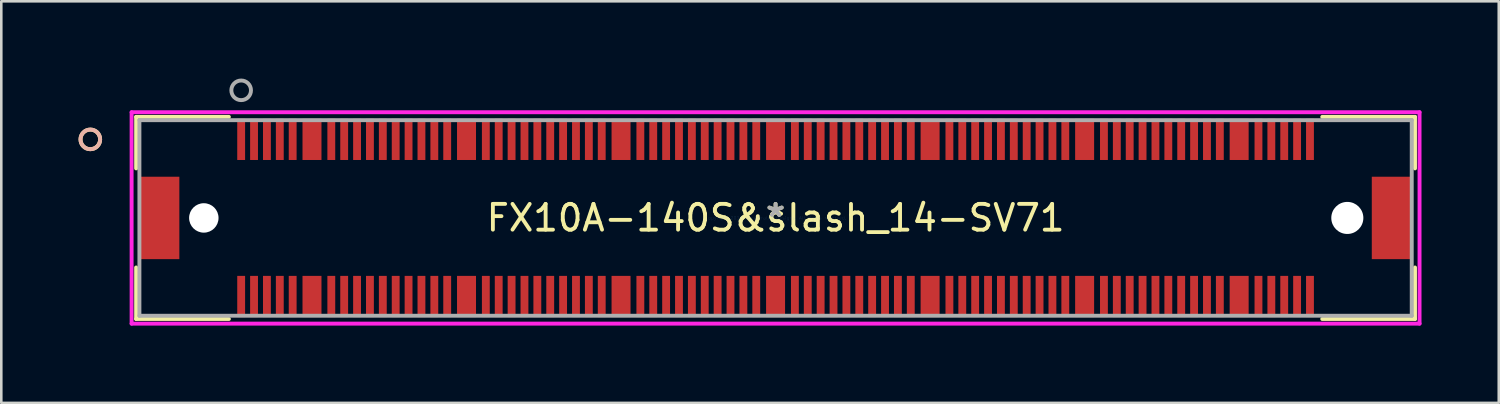
<source format=kicad_pcb>
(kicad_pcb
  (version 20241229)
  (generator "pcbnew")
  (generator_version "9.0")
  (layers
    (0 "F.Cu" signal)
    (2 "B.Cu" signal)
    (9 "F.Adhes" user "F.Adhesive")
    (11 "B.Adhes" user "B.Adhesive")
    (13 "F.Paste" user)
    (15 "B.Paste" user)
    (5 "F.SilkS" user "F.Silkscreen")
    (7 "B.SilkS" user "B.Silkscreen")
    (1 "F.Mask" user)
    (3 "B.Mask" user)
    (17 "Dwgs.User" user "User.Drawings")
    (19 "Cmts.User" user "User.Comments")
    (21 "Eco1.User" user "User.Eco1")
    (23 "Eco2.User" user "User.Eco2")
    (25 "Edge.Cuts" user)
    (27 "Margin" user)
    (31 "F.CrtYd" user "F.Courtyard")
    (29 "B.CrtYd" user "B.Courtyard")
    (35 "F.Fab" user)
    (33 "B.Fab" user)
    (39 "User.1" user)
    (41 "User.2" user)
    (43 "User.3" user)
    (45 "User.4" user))
  (footprint "FX10A-140S&slash_14-SV71"
    (layer "F.Cu")
    (at 27.064 5.412)
    (property "Reference" "FX10A-140S&slash_14-SV71" (at 0 0 0) (layer "F.SilkS") (effects (font (size 1 1) (thickness 0.15))))
    (attr through_hole)
    (fp_line (start -24.828 -3.924) (end -24.828 -1.924) (stroke (width 0.152) (type solid)) (layer "F.SilkS"))
    (fp_line (start -24.828 1.924) (end -24.828 3.924) (stroke (width 0.152) (type solid)) (layer "F.SilkS"))
    (fp_line (start -24.828 3.924) (end -21.227 3.924) (stroke (width 0.152) (type solid)) (layer "F.SilkS"))
    (fp_line (start -21.227 -3.924) (end -24.828 -3.924) (stroke (width 0.152) (type solid)) (layer "F.SilkS"))
    (fp_line (start 21.227 3.924) (end 24.828 3.924) (stroke (width 0.152) (type solid)) (layer "F.SilkS"))
    (fp_line (start 24.828 -3.924) (end 21.227 -3.924) (stroke (width 0.152) (type solid)) (layer "F.SilkS"))
    (fp_line (start 24.828 -1.924) (end 24.828 -3.924) (stroke (width 0.152) (type solid)) (layer "F.SilkS"))
    (fp_line (start 24.828 3.924) (end 24.828 1.924) (stroke (width 0.152) (type solid)) (layer "F.SilkS"))
    (fp_circle (center -26.607 -3.05) (end -26.226 -3.05) (stroke (width 0.152) (type solid)) (fill no) (layer "F.SilkS"))
    (fp_circle (center -26.607 -3.05) (end -26.226 -3.05) (stroke (width 0.152) (type solid)) (fill no) (layer "B.SilkS"))
    (fp_line (start -25.004 -4.104) (end -25.004 4.104) (stroke (width 0.152) (type solid)) (layer "F.CrtYd"))
    (fp_line (start -25.004 4.104) (end 25.004 4.104) (stroke (width 0.152) (type solid)) (layer "F.CrtYd"))
    (fp_line (start 25.004 -4.104) (end -25.004 -4.104) (stroke (width 0.152) (type solid)) (layer "F.CrtYd"))
    (fp_line (start 25.004 4.104) (end 25.004 -4.104) (stroke (width 0.152) (type solid)) (layer "F.CrtYd"))
    (fp_line (start -24.701 -3.797) (end -24.701 3.797) (stroke (width 0.152) (type solid)) (layer "F.Fab"))
    (fp_line (start -24.701 3.797) (end 24.701 3.797) (stroke (width 0.152) (type solid)) (layer "F.Fab"))
    (fp_line (start 24.701 -3.797) (end -24.701 -3.797) (stroke (width 0.152) (type solid)) (layer "F.Fab"))
    (fp_line (start 24.701 3.797) (end 24.701 -3.797) (stroke (width 0.152) (type solid)) (layer "F.Fab"))
    (fp_circle (center -20.75 -4.955) (end -20.369 -4.955) (stroke (width 0.152) (type solid)) (fill no) (layer "F.Fab"))
    (fp_text user "*" (at 0 0 0) (layer "F.SilkS") (effects (font (size 1 1) (thickness 0.15))))
    (fp_text user "Copyright 2016 Accelerated Designs. All rights reserved." (at 0 0 0) (layer "Cmts.User") (effects (font (size 0.127 0.127) (thickness 0.002))))
    (fp_text user "*" (at 0 0 0) (layer "F.Fab") (effects (font (size 1 1) (thickness 0.15))))
    (pad "" np_thru_hole circle (at -22.2 0) (size 1.143 1.143) (drill 1.143) (layers "*.Cu" "*.Mask"))
    (pad "" np_thru_hole circle (at 22.2 0) (size 1.245 1.245) (drill 1.245) (layers "*.Cu" "*.Mask"))
    (pad "1" smd rect (at -20.75 -3.05) (size 0.305 1.6) (layers "F.Cu" "F.Mask" "F.Paste"))
    (pad "2" smd rect (at -20.25 -3.05) (size 0.305 1.6) (layers "F.Cu" "F.Mask" "F.Paste"))
    (pad "3" smd rect (at -19.75 -3.05) (size 0.305 1.6) (layers "F.Cu" "F.Mask" "F.Paste"))
    (pad "4" smd rect (at -19.25 -3.05) (size 0.305 1.6) (layers "F.Cu" "F.Mask" "F.Paste"))
    (pad "5" smd rect (at -18.75 -3.05) (size 0.305 1.6) (layers "F.Cu" "F.Mask" "F.Paste"))
    (pad "6" smd rect (at -17.25 -3.05) (size 0.305 1.6) (layers "F.Cu" "F.Mask" "F.Paste"))
    (pad "7" smd rect (at -16.75 -3.05) (size 0.305 1.6) (layers "F.Cu" "F.Mask" "F.Paste"))
    (pad "8" smd rect (at -16.25 -3.05) (size 0.305 1.6) (layers "F.Cu" "F.Mask" "F.Paste"))
    (pad "9" smd rect (at -15.75 -3.05) (size 0.305 1.6) (layers "F.Cu" "F.Mask" "F.Paste"))
    (pad "10" smd rect (at -15.25 -3.05) (size 0.305 1.6) (layers "F.Cu" "F.Mask" "F.Paste"))
    (pad "11" smd rect (at -14.75 -3.05) (size 0.305 1.6) (layers "F.Cu" "F.Mask" "F.Paste"))
    (pad "12" smd rect (at -14.25 -3.05) (size 0.305 1.6) (layers "F.Cu" "F.Mask" "F.Paste"))
    (pad "13" smd rect (at -13.75 -3.05) (size 0.305 1.6) (layers "F.Cu" "F.Mask" "F.Paste"))
    (pad "14" smd rect (at -13.25 -3.05) (size 0.305 1.6) (layers "F.Cu" "F.Mask" "F.Paste"))
    (pad "15" smd rect (at -12.75 -3.05) (size 0.305 1.6) (layers "F.Cu" "F.Mask" "F.Paste"))
    (pad "16" smd rect (at -11.25 -3.05) (size 0.305 1.6) (layers "F.Cu" "F.Mask" "F.Paste"))
    (pad "17" smd rect (at -10.75 -3.05) (size 0.305 1.6) (layers "F.Cu" "F.Mask" "F.Paste"))
    (pad "18" smd rect (at -10.25 -3.05) (size 0.305 1.6) (layers "F.Cu" "F.Mask" "F.Paste"))
    (pad "19" smd rect (at -9.75 -3.05) (size 0.305 1.6) (layers "F.Cu" "F.Mask" "F.Paste"))
    (pad "20" smd rect (at -9.25 -3.05) (size 0.305 1.6) (layers "F.Cu" "F.Mask" "F.Paste"))
    (pad "21" smd rect (at -8.75 -3.05) (size 0.305 1.6) (layers "F.Cu" "F.Mask" "F.Paste"))
    (pad "22" smd rect (at -8.25 -3.05) (size 0.305 1.6) (layers "F.Cu" "F.Mask" "F.Paste"))
    (pad "23" smd rect (at -7.75 -3.05) (size 0.305 1.6) (layers "F.Cu" "F.Mask" "F.Paste"))
    (pad "24" smd rect (at -7.25 -3.05) (size 0.305 1.6) (layers "F.Cu" "F.Mask" "F.Paste"))
    (pad "25" smd rect (at -6.75 -3.05) (size 0.305 1.6) (layers "F.Cu" "F.Mask" "F.Paste"))
    (pad "26" smd rect (at -5.25 -3.05) (size 0.305 1.6) (layers "F.Cu" "F.Mask" "F.Paste"))
    (pad "27" smd rect (at -4.75 -3.05) (size 0.305 1.6) (layers "F.Cu" "F.Mask" "F.Paste"))
    (pad "28" smd rect (at -4.25 -3.05) (size 0.305 1.6) (layers "F.Cu" "F.Mask" "F.Paste"))
    (pad "29" smd rect (at -3.75 -3.05) (size 0.305 1.6) (layers "F.Cu" "F.Mask" "F.Paste"))
    (pad "30" smd rect (at -3.25 -3.05) (size 0.305 1.6) (layers "F.Cu" "F.Mask" "F.Paste"))
    (pad "31" smd rect (at -2.75 -3.05) (size 0.305 1.6) (layers "F.Cu" "F.Mask" "F.Paste"))
    (pad "32" smd rect (at -2.25 -3.05) (size 0.305 1.6) (layers "F.Cu" "F.Mask" "F.Paste"))
    (pad "33" smd rect (at -1.75 -3.05) (size 0.305 1.6) (layers "F.Cu" "F.Mask" "F.Paste"))
    (pad "34" smd rect (at -1.25 -3.05) (size 0.305 1.6) (layers "F.Cu" "F.Mask" "F.Paste"))
    (pad "35" smd rect (at -0.75 -3.05) (size 0.305 1.6) (layers "F.Cu" "F.Mask" "F.Paste"))
    (pad "36" smd rect (at 0.75 -3.05) (size 0.305 1.6) (layers "F.Cu" "F.Mask" "F.Paste"))
    (pad "37" smd rect (at 1.25 -3.05) (size 0.305 1.6) (layers "F.Cu" "F.Mask" "F.Paste"))
    (pad "38" smd rect (at 1.75 -3.05) (size 0.305 1.6) (layers "F.Cu" "F.Mask" "F.Paste"))
    (pad "39" smd rect (at 2.25 -3.05) (size 0.305 1.6) (layers "F.Cu" "F.Mask" "F.Paste"))
    (pad "40" smd rect (at 2.75 -3.05) (size 0.305 1.6) (layers "F.Cu" "F.Mask" "F.Paste"))
    (pad "41" smd rect (at 3.25 -3.05) (size 0.305 1.6) (layers "F.Cu" "F.Mask" "F.Paste"))
    (pad "42" smd rect (at 3.75 -3.05) (size 0.305 1.6) (layers "F.Cu" "F.Mask" "F.Paste"))
    (pad "43" smd rect (at 4.25 -3.05) (size 0.305 1.6) (layers "F.Cu" "F.Mask" "F.Paste"))
    (pad "44" smd rect (at 4.75 -3.05) (size 0.305 1.6) (layers "F.Cu" "F.Mask" "F.Paste"))
    (pad "45" smd rect (at 5.25 -3.05) (size 0.305 1.6) (layers "F.Cu" "F.Mask" "F.Paste"))
    (pad "46" smd rect (at 6.75 -3.05) (size 0.305 1.6) (layers "F.Cu" "F.Mask" "F.Paste"))
    (pad "47" smd rect (at 7.25 -3.05) (size 0.305 1.6) (layers "F.Cu" "F.Mask" "F.Paste"))
    (pad "48" smd rect (at 7.75 -3.05) (size 0.305 1.6) (layers "F.Cu" "F.Mask" "F.Paste"))
    (pad "49" smd rect (at 8.25 -3.05) (size 0.305 1.6) (layers "F.Cu" "F.Mask" "F.Paste"))
    (pad "50" smd rect (at 8.75 -3.05) (size 0.305 1.6) (layers "F.Cu" "F.Mask" "F.Paste"))
    (pad "51" smd rect (at 9.25 -3.05) (size 0.305 1.6) (layers "F.Cu" "F.Mask" "F.Paste"))
    (pad "52" smd rect (at 9.75 -3.05) (size 0.305 1.6) (layers "F.Cu" "F.Mask" "F.Paste"))
    (pad "53" smd rect (at 10.25 -3.05) (size 0.305 1.6) (layers "F.Cu" "F.Mask" "F.Paste"))
    (pad "54" smd rect (at 10.75 -3.05) (size 0.305 1.6) (layers "F.Cu" "F.Mask" "F.Paste"))
    (pad "55" smd rect (at 11.25 -3.05) (size 0.305 1.6) (layers "F.Cu" "F.Mask" "F.Paste"))
    (pad "56" smd rect (at 12.75 -3.05) (size 0.305 1.6) (layers "F.Cu" "F.Mask" "F.Paste"))
    (pad "57" smd rect (at 13.25 -3.05) (size 0.305 1.6) (layers "F.Cu" "F.Mask" "F.Paste"))
    (pad "58" smd rect (at 13.75 -3.05) (size 0.305 1.6) (layers "F.Cu" "F.Mask" "F.Paste"))
    (pad "59" smd rect (at 14.25 -3.05) (size 0.305 1.6) (layers "F.Cu" "F.Mask" "F.Paste"))
    (pad "60" smd rect (at 14.75 -3.05) (size 0.305 1.6) (layers "F.Cu" "F.Mask" "F.Paste"))
    (pad "61" smd rect (at 15.25 -3.05) (size 0.305 1.6) (layers "F.Cu" "F.Mask" "F.Paste"))
    (pad "62" smd rect (at 15.75 -3.05) (size 0.305 1.6) (layers "F.Cu" "F.Mask" "F.Paste"))
    (pad "63" smd rect (at 16.25 -3.05) (size 0.305 1.6) (layers "F.Cu" "F.Mask" "F.Paste"))
    (pad "64" smd rect (at 16.75 -3.05) (size 0.305 1.6) (layers "F.Cu" "F.Mask" "F.Paste"))
    (pad "65" smd rect (at 17.25 -3.05) (size 0.305 1.6) (layers "F.Cu" "F.Mask" "F.Paste"))
    (pad "66" smd rect (at 18.75 -3.05) (size 0.305 1.6) (layers "F.Cu" "F.Mask" "F.Paste"))
    (pad "67" smd rect (at 19.25 -3.05) (size 0.305 1.6) (layers "F.Cu" "F.Mask" "F.Paste"))
    (pad "68" smd rect (at 19.75 -3.05) (size 0.305 1.6) (layers "F.Cu" "F.Mask" "F.Paste"))
    (pad "69" smd rect (at 20.25 -3.05) (size 0.305 1.6) (layers "F.Cu" "F.Mask" "F.Paste"))
    (pad "70" smd rect (at 20.75 -3.05) (size 0.305 1.6) (layers "F.Cu" "F.Mask" "F.Paste"))
    (pad "71" smd rect (at -20.75 3.05) (size 0.305 1.6) (layers "F.Cu" "F.Mask" "F.Paste"))
    (pad "72" smd rect (at -20.25 3.05) (size 0.305 1.6) (layers "F.Cu" "F.Mask" "F.Paste"))
    (pad "73" smd rect (at -19.75 3.05) (size 0.305 1.6) (layers "F.Cu" "F.Mask" "F.Paste"))
    (pad "74" smd rect (at -19.25 3.05) (size 0.305 1.6) (layers "F.Cu" "F.Mask" "F.Paste"))
    (pad "75" smd rect (at -18.75 3.05) (size 0.305 1.6) (layers "F.Cu" "F.Mask" "F.Paste"))
    (pad "76" smd rect (at -17.25 3.05) (size 0.305 1.6) (layers "F.Cu" "F.Mask" "F.Paste"))
    (pad "77" smd rect (at -16.75 3.05) (size 0.305 1.6) (layers "F.Cu" "F.Mask" "F.Paste"))
    (pad "78" smd rect (at -16.25 3.05) (size 0.305 1.6) (layers "F.Cu" "F.Mask" "F.Paste"))
    (pad "79" smd rect (at -15.75 3.05) (size 0.305 1.6) (layers "F.Cu" "F.Mask" "F.Paste"))
    (pad "80" smd rect (at -15.25 3.05) (size 0.305 1.6) (layers "F.Cu" "F.Mask" "F.Paste"))
    (pad "81" smd rect (at -14.75 3.05) (size 0.305 1.6) (layers "F.Cu" "F.Mask" "F.Paste"))
    (pad "82" smd rect (at -14.25 3.05) (size 0.305 1.6) (layers "F.Cu" "F.Mask" "F.Paste"))
    (pad "83" smd rect (at -13.75 3.05) (size 0.305 1.6) (layers "F.Cu" "F.Mask" "F.Paste"))
    (pad "84" smd rect (at -13.25 3.05) (size 0.305 1.6) (layers "F.Cu" "F.Mask" "F.Paste"))
    (pad "85" smd rect (at -12.75 3.05) (size 0.305 1.6) (layers "F.Cu" "F.Mask" "F.Paste"))
    (pad "86" smd rect (at -11.25 3.05) (size 0.305 1.6) (layers "F.Cu" "F.Mask" "F.Paste"))
    (pad "87" smd rect (at -10.75 3.05) (size 0.305 1.6) (layers "F.Cu" "F.Mask" "F.Paste"))
    (pad "88" smd rect (at -10.25 3.05) (size 0.305 1.6) (layers "F.Cu" "F.Mask" "F.Paste"))
    (pad "89" smd rect (at -9.75 3.05) (size 0.305 1.6) (layers "F.Cu" "F.Mask" "F.Paste"))
    (pad "90" smd rect (at -9.25 3.05) (size 0.305 1.6) (layers "F.Cu" "F.Mask" "F.Paste"))
    (pad "91" smd rect (at -8.75 3.05) (size 0.305 1.6) (layers "F.Cu" "F.Mask" "F.Paste"))
    (pad "92" smd rect (at -8.25 3.05) (size 0.305 1.6) (layers "F.Cu" "F.Mask" "F.Paste"))
    (pad "93" smd rect (at -7.75 3.05) (size 0.305 1.6) (layers "F.Cu" "F.Mask" "F.Paste"))
    (pad "94" smd rect (at -7.25 3.05) (size 0.305 1.6) (layers "F.Cu" "F.Mask" "F.Paste"))
    (pad "95" smd rect (at -6.75 3.05) (size 0.305 1.6) (layers "F.Cu" "F.Mask" "F.Paste"))
    (pad "96" smd rect (at -5.25 3.05) (size 0.305 1.6) (layers "F.Cu" "F.Mask" "F.Paste"))
    (pad "97" smd rect (at -4.75 3.05) (size 0.305 1.6) (layers "F.Cu" "F.Mask" "F.Paste"))
    (pad "98" smd rect (at -4.25 3.05) (size 0.305 1.6) (layers "F.Cu" "F.Mask" "F.Paste"))
    (pad "99" smd rect (at -3.75 3.05) (size 0.305 1.6) (layers "F.Cu" "F.Mask" "F.Paste"))
    (pad "100" smd rect (at -3.25 3.05) (size 0.305 1.6) (layers "F.Cu" "F.Mask" "F.Paste"))
    (pad "101" smd rect (at -2.75 3.05) (size 0.305 1.6) (layers "F.Cu" "F.Mask" "F.Paste"))
    (pad "102" smd rect (at -2.25 3.05) (size 0.305 1.6) (layers "F.Cu" "F.Mask" "F.Paste"))
    (pad "103" smd rect (at -1.75 3.05) (size 0.305 1.6) (layers "F.Cu" "F.Mask" "F.Paste"))
    (pad "104" smd rect (at -1.25 3.05) (size 0.305 1.6) (layers "F.Cu" "F.Mask" "F.Paste"))
    (pad "105" smd rect (at -0.75 3.05) (size 0.305 1.6) (layers "F.Cu" "F.Mask" "F.Paste"))
    (pad "106" smd rect (at 0.75 3.05) (size 0.305 1.6) (layers "F.Cu" "F.Mask" "F.Paste"))
    (pad "107" smd rect (at 1.25 3.05) (size 0.305 1.6) (layers "F.Cu" "F.Mask" "F.Paste"))
    (pad "108" smd rect (at 1.75 3.05) (size 0.305 1.6) (layers "F.Cu" "F.Mask" "F.Paste"))
    (pad "109" smd rect (at 2.25 3.05) (size 0.305 1.6) (layers "F.Cu" "F.Mask" "F.Paste"))
    (pad "110" smd rect (at 2.75 3.05) (size 0.305 1.6) (layers "F.Cu" "F.Mask" "F.Paste"))
    (pad "111" smd rect (at 3.25 3.05) (size 0.305 1.6) (layers "F.Cu" "F.Mask" "F.Paste"))
    (pad "112" smd rect (at 3.75 3.05) (size 0.305 1.6) (layers "F.Cu" "F.Mask" "F.Paste"))
    (pad "113" smd rect (at 4.25 3.05) (size 0.305 1.6) (layers "F.Cu" "F.Mask" "F.Paste"))
    (pad "114" smd rect (at 4.75 3.05) (size 0.305 1.6) (layers "F.Cu" "F.Mask" "F.Paste"))
    (pad "115" smd rect (at 5.25 3.05) (size 0.305 1.6) (layers "F.Cu" "F.Mask" "F.Paste"))
    (pad "116" smd rect (at 6.75 3.05) (size 0.305 1.6) (layers "F.Cu" "F.Mask" "F.Paste"))
    (pad "117" smd rect (at 7.25 3.05) (size 0.305 1.6) (layers "F.Cu" "F.Mask" "F.Paste"))
    (pad "118" smd rect (at 7.75 3.05) (size 0.305 1.6) (layers "F.Cu" "F.Mask" "F.Paste"))
    (pad "119" smd rect (at 8.25 3.05) (size 0.305 1.6) (layers "F.Cu" "F.Mask" "F.Paste"))
    (pad "120" smd rect (at 8.75 3.05) (size 0.305 1.6) (layers "F.Cu" "F.Mask" "F.Paste"))
    (pad "121" smd rect (at 9.25 3.05) (size 0.305 1.6) (layers "F.Cu" "F.Mask" "F.Paste"))
    (pad "122" smd rect (at 9.75 3.05) (size 0.305 1.6) (layers "F.Cu" "F.Mask" "F.Paste"))
    (pad "123" smd rect (at 10.25 3.05) (size 0.305 1.6) (layers "F.Cu" "F.Mask" "F.Paste"))
    (pad "124" smd rect (at 10.75 3.05) (size 0.305 1.6) (layers "F.Cu" "F.Mask" "F.Paste"))
    (pad "125" smd rect (at 11.25 3.05) (size 0.305 1.6) (layers "F.Cu" "F.Mask" "F.Paste"))
    (pad "126" smd rect (at 12.75 3.05) (size 0.305 1.6) (layers "F.Cu" "F.Mask" "F.Paste"))
    (pad "127" smd rect (at 13.25 3.05) (size 0.305 1.6) (layers "F.Cu" "F.Mask" "F.Paste"))
    (pad "128" smd rect (at 13.75 3.05) (size 0.305 1.6) (layers "F.Cu" "F.Mask" "F.Paste"))
    (pad "129" smd rect (at 14.25 3.05) (size 0.305 1.6) (layers "F.Cu" "F.Mask" "F.Paste"))
    (pad "130" smd rect (at 14.75 3.05) (size 0.305 1.6) (layers "F.Cu" "F.Mask" "F.Paste"))
    (pad "131" smd rect (at 15.25 3.05) (size 0.305 1.6) (layers "F.Cu" "F.Mask" "F.Paste"))
    (pad "132" smd rect (at 15.75 3.05) (size 0.305 1.6) (layers "F.Cu" "F.Mask" "F.Paste"))
    (pad "133" smd rect (at 16.25 3.05) (size 0.305 1.6) (layers "F.Cu" "F.Mask" "F.Paste"))
    (pad "134" smd rect (at 16.75 3.05) (size 0.305 1.6) (layers "F.Cu" "F.Mask" "F.Paste"))
    (pad "135" smd rect (at 17.25 3.05) (size 0.305 1.6) (layers "F.Cu" "F.Mask" "F.Paste"))
    (pad "136" smd rect (at 18.75 3.05) (size 0.305 1.6) (layers "F.Cu" "F.Mask" "F.Paste"))
    (pad "137" smd rect (at 19.25 3.05) (size 0.305 1.6) (layers "F.Cu" "F.Mask" "F.Paste"))
    (pad "138" smd rect (at 19.75 3.05) (size 0.305 1.6) (layers "F.Cu" "F.Mask" "F.Paste"))
    (pad "139" smd rect (at 20.25 3.05) (size 0.305 1.6) (layers "F.Cu" "F.Mask" "F.Paste"))
    (pad "140" smd rect (at 20.75 3.05) (size 0.305 1.6) (layers "F.Cu" "F.Mask" "F.Paste"))
    (pad "141" smd rect (at -18 -3.05) (size 0.737 1.6) (layers "F.Cu" "F.Mask" "F.Paste"))
    (pad "142" smd rect (at -12 -3.05) (size 0.737 1.6) (layers "F.Cu" "F.Mask" "F.Paste"))
    (pad "143" smd rect (at -6 -3.05) (size 0.737 1.6) (layers "F.Cu" "F.Mask" "F.Paste"))
    (pad "144" smd rect (at 0 -3.05) (size 0.737 1.6) (layers "F.Cu" "F.Mask" "F.Paste"))
    (pad "145" smd rect (at 6 -3.05) (size 0.737 1.6) (layers "F.Cu" "F.Mask" "F.Paste"))
    (pad "146" smd rect (at 12 -3.05) (size 0.737 1.6) (layers "F.Cu" "F.Mask" "F.Paste"))
    (pad "147" smd rect (at 18 -3.05) (size 0.737 1.6) (layers "F.Cu" "F.Mask" "F.Paste"))
    (pad "148" smd rect (at -18 3.05) (size 0.737 1.6) (layers "F.Cu" "F.Mask" "F.Paste"))
    (pad "149" smd rect (at -12 3.05) (size 0.737 1.6) (layers "F.Cu" "F.Mask" "F.Paste"))
    (pad "150" smd rect (at -6 3.05) (size 0.737 1.6) (layers "F.Cu" "F.Mask" "F.Paste"))
    (pad "151" smd rect (at 0 3.05) (size 0.737 1.6) (layers "F.Cu" "F.Mask" "F.Paste"))
    (pad "152" smd rect (at 6 3.05) (size 0.737 1.6) (layers "F.Cu" "F.Mask" "F.Paste"))
    (pad "153" smd rect (at 12 3.05) (size 0.737 1.6) (layers "F.Cu" "F.Mask" "F.Paste"))
    (pad "154" smd rect (at 18 3.05) (size 0.737 1.6) (layers "F.Cu" "F.Mask" "F.Paste"))
    (pad "155" smd rect (at -23.95 0) (size 1.6 3.2) (layers "F.Cu" "F.Mask" "F.Paste"))
    (pad "156" smd rect (at 23.95 0) (size 1.6 3.2) (layers "F.Cu" "F.Mask" "F.Paste")))
  (gr_rect
    (start -3 -3)
    (end 55.144 12.593)
    (stroke (width 0.1) (type default))
    (fill no)
    (layer "Edge.Cuts")))
</source>
